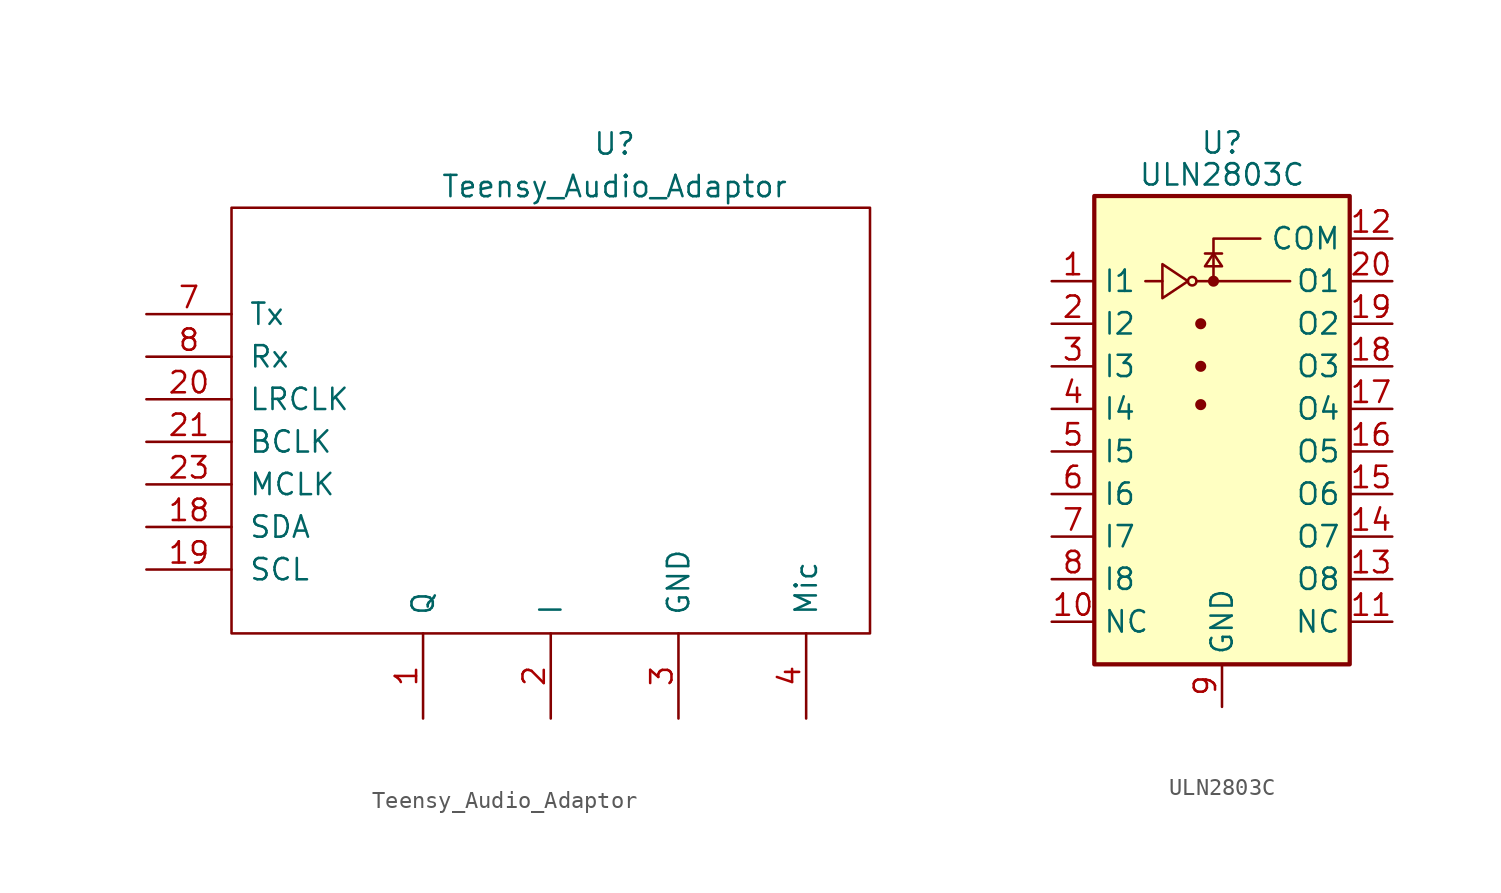
<source format=kicad_sym>
(kicad_symbol_lib
  (version 20231120)
  (generator "kicad_symbol_editor")
  (generator_version "8.0")
  (symbol "Teensy_Audio_Adaptor"
    (pin_names
      (offset 1.016))
    (property "Reference" "U"
      (at 3.81 17.78 0)
      (effects (font (size 1.27 1.27))))
    (property "Value" "Teensy_Audio_Adaptor"
      (at 3.81 15.24 0)
      (effects (font (size 1.27 1.27))))
    (symbol "Teensy_Audio_Adaptor_0_1"
      (rectangle (start -19.05 13.97) (end 19.05 -11.43) (stroke (width 0) (type solid)) (fill (type none))))
    (symbol "Teensy_Audio_Adaptor_1_0"
      (pin output line (at -7.62 -16.51 90) (length 5.08) (name "Q" (effects (font (size 1.27 1.27)))) (number "1" (effects (font (size 1.27 1.27)))))
      (pin bidirectional line (at -24.13 -5.08 0) (length 5.08) (name "SDA" (effects (font (size 1.27 1.27)))) (number "18" (effects (font (size 1.27 1.27)))))
      (pin bidirectional line (at -24.13 -7.62 0) (length 5.08) (name "SCL" (effects (font (size 1.27 1.27)))) (number "19" (effects (font (size 1.27 1.27)))))
      (pin output line (at 0 -16.51 90) (length 5.08) (name "I" (effects (font (size 1.27 1.27)))) (number "2" (effects (font (size 1.27 1.27)))))
      (pin bidirectional line (at -24.13 -2.54 0) (length 5.08) (name "MCLK" (effects (font (size 1.27 1.27)))) (number "23" (effects (font (size 1.27 1.27)))))
      (pin output line (at 7.62 -16.51 90) (length 5.08) (name "GND" (effects (font (size 1.27 1.27)))) (number "3" (effects (font (size 1.27 1.27)))))
      (pin input line (at 15.24 -16.51 90) (length 5.08) (name "Mic" (effects (font (size 1.27 1.27)))) (number "4" (effects (font (size 1.27 1.27))))))
    (symbol "Teensy_Audio_Adaptor_1_1"
      (pin bidirectional line (at -24.13 2.54 0) (length 5.08) (name "LRCLK" (effects (font (size 1.27 1.27)))) (number "20" (effects (font (size 1.27 1.27)))))
      (pin bidirectional line (at -24.13 0 0) (length 5.08) (name "BCLK" (effects (font (size 1.27 1.27)))) (number "21" (effects (font (size 1.27 1.27)))))
      (pin power_in line (at -24.13 7.62 0) (length 5.08) (name "Tx" (effects (font (size 1.27 1.27)))) (number "7" (effects (font (size 1.27 1.27)))))
      (pin bidirectional line (at -24.13 5.08 0) (length 5.08) (name "Rx" (effects (font (size 1.27 1.27)))) (number "8" (effects (font (size 1.27 1.27)))))))
  (symbol "ULN2803C"
    (property "Reference" "U"
      (at 0 13.335 0)
      (effects (font (size 1.27 1.27))))
    (property "Value" "ULN2803C"
      (at 0 11.43 0)
      (effects (font (size 1.27 1.27))))
    (symbol "ULN2803C_0_1"
      (rectangle (start -7.62 10.16) (end 7.62 -17.78) (stroke (width 0.254) (type default)) (fill (type background)))
      (circle (center -1.778 5.08) (radius 0.254) (stroke (width 0) (type default)) (fill (type none)))
      (circle (center -1.27 -2.286) (radius 0.254) (stroke (width 0) (type default)) (fill (type outline)))
      (circle (center -1.27 0) (radius 0.254) (stroke (width 0) (type default)) (fill (type outline)))
      (circle (center -1.27 2.54) (radius 0.254) (stroke (width 0) (type default)) (fill (type outline)))
      (circle (center -0.508 5.08) (radius 0.254) (stroke (width 0) (type default)) (fill (type outline)))
      (polyline (pts (xy -4.572 5.08) (xy -3.556 5.08)) (stroke (width 0) (type default)) (fill (type none)))
      (polyline (pts (xy -1.524 5.08) (xy 4.064 5.08)) (stroke (width 0) (type default)) (fill (type none)))
      (polyline (pts (xy 0 6.731) (xy -1.016 6.731)) (stroke (width 0) (type default)) (fill (type none)))
      (polyline (pts (xy -0.508 5.08) (xy -0.508 7.62) (xy 2.286 7.62)) (stroke (width 0) (type default)) (fill (type none)))
      (polyline (pts (xy -3.556 6.096) (xy -3.556 4.064) (xy -2.032 5.08) (xy -3.556 6.096)) (stroke (width 0) (type default)) (fill (type none)))
      (polyline (pts (xy 0 5.969) (xy -1.016 5.969) (xy -0.508 6.731) (xy 0 5.969)) (stroke (width 0) (type default)) (fill (type none))))
    (symbol "ULN2803C_1_1"
      (pin input line (at -10.16 5.08 0) (length 2.54) (name "I1" (effects (font (size 1.27 1.27)))) (number "1" (effects (font (size 1.27 1.27)))))
      (pin passive line (at -10.16 -15.24 0) (length 2.54) (name "NC" (effects (font (size 1.27 1.27)))) (number "10" (effects (font (size 1.27 1.27)))))
      (pin passive line (at 10.16 -15.24 180) (length 2.54) (name "NC" (effects (font (size 1.27 1.27)))) (number "11" (effects (font (size 1.27 1.27)))))
      (pin passive line (at 10.16 7.62 180) (length 2.54) (name "COM" (effects (font (size 1.27 1.27)))) (number "12" (effects (font (size 1.27 1.27)))))
      (pin open_collector line (at 10.16 -12.7 180) (length 2.54) (name "O8" (effects (font (size 1.27 1.27)))) (number "13" (effects (font (size 1.27 1.27)))))
      (pin open_collector line (at 10.16 -10.16 180) (length 2.54) (name "O7" (effects (font (size 1.27 1.27)))) (number "14" (effects (font (size 1.27 1.27)))))
      (pin open_collector line (at 10.16 -7.62 180) (length 2.54) (name "O6" (effects (font (size 1.27 1.27)))) (number "15" (effects (font (size 1.27 1.27)))))
      (pin open_collector line (at 10.16 -5.08 180) (length 2.54) (name "O5" (effects (font (size 1.27 1.27)))) (number "16" (effects (font (size 1.27 1.27)))))
      (pin open_collector line (at 10.16 -2.54 180) (length 2.54) (name "O4" (effects (font (size 1.27 1.27)))) (number "17" (effects (font (size 1.27 1.27)))))
      (pin open_collector line (at 10.16 0 180) (length 2.54) (name "O3" (effects (font (size 1.27 1.27)))) (number "18" (effects (font (size 1.27 1.27)))))
      (pin open_collector line (at 10.16 2.54 180) (length 2.54) (name "O2" (effects (font (size 1.27 1.27)))) (number "19" (effects (font (size 1.27 1.27)))))
      (pin input line (at -10.16 2.54 0) (length 2.54) (name "I2" (effects (font (size 1.27 1.27)))) (number "2" (effects (font (size 1.27 1.27)))))
      (pin open_collector line (at 10.16 5.08 180) (length 2.54) (name "O1" (effects (font (size 1.27 1.27)))) (number "20" (effects (font (size 1.27 1.27)))))
      (pin input line (at -10.16 0 0) (length 2.54) (name "I3" (effects (font (size 1.27 1.27)))) (number "3" (effects (font (size 1.27 1.27)))))
      (pin input line (at -10.16 -2.54 0) (length 2.54) (name "I4" (effects (font (size 1.27 1.27)))) (number "4" (effects (font (size 1.27 1.27)))))
      (pin input line (at -10.16 -5.08 0) (length 2.54) (name "I5" (effects (font (size 1.27 1.27)))) (number "5" (effects (font (size 1.27 1.27)))))
      (pin input line (at -10.16 -7.62 0) (length 2.54) (name "I6" (effects (font (size 1.27 1.27)))) (number "6" (effects (font (size 1.27 1.27)))))
      (pin input line (at -10.16 -10.16 0) (length 2.54) (name "I7" (effects (font (size 1.27 1.27)))) (number "7" (effects (font (size 1.27 1.27)))))
      (pin input line (at -10.16 -12.7 0) (length 2.54) (name "I8" (effects (font (size 1.27 1.27)))) (number "8" (effects (font (size 1.27 1.27)))))
      (pin power_in line (at 0 -20.32 90) (length 2.54) (name "GND" (effects (font (size 1.27 1.27)))) (number "9" (effects (font (size 1.27 1.27))))))))
</source>
